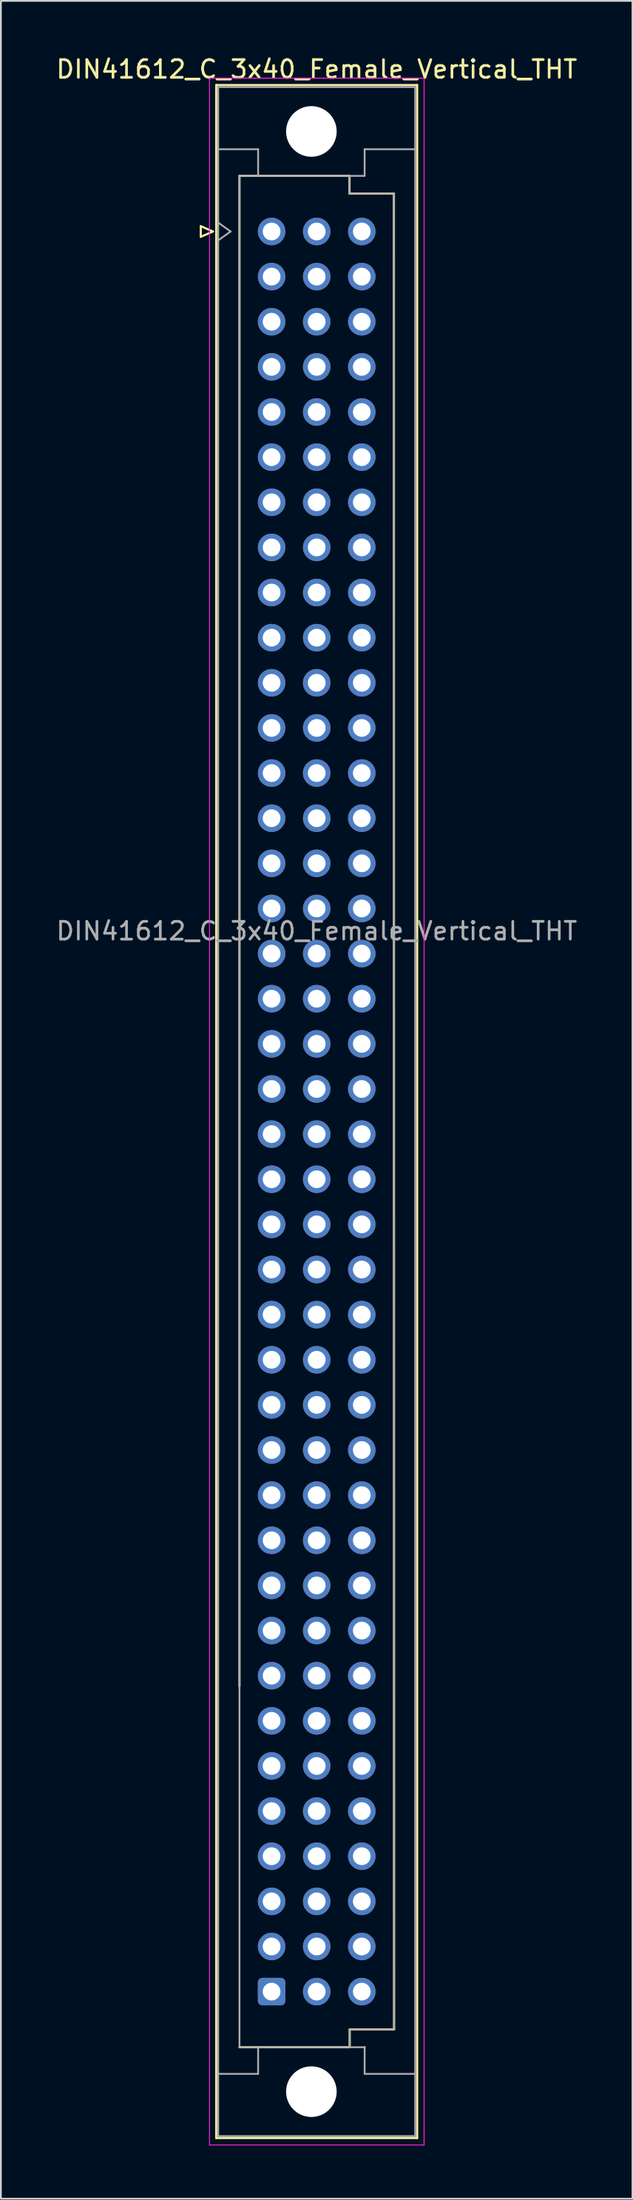
<source format=kicad_pcb>
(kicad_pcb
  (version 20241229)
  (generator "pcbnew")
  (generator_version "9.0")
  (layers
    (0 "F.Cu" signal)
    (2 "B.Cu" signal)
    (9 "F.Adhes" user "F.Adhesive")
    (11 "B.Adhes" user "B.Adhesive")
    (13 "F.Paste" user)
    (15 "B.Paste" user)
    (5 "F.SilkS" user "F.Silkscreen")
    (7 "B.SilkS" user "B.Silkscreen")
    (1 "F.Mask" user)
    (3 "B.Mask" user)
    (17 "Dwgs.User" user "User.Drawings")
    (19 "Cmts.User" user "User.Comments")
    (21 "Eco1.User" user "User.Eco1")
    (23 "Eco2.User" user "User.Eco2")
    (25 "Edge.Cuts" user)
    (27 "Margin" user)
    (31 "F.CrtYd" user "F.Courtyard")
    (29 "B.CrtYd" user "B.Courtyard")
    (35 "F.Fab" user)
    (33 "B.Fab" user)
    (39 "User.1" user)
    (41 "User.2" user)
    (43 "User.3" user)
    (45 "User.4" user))
  (footprint "DIN41612_C_3x40_Female_Vertical_THT"
    (layer "F.Cu")
    (at 12.252 9.978)
    (property "Reference" "DIN41612_C_3x40_Female_Vertical_THT" (at 2.54 -9.13 0) (layer "F.SilkS") (effects (font (size 1 1) (thickness 0.15))))
    (attr through_hole)
    (fp_line (start -3.99 -0.3) (end -3.99 0.3) (stroke (width 0.12) (type solid)) (layer "F.SilkS"))
    (fp_line (start -3.99 0.3) (end -3.31 0) (stroke (width 0.12) (type solid)) (layer "F.SilkS"))
    (fp_line (start -3.31 0) (end -3.99 -0.3) (stroke (width 0.12) (type solid)) (layer "F.SilkS"))
    (fp_line (start -3.12 -8.24) (end 8.2 -8.24) (stroke (width 0.12) (type solid)) (layer "F.SilkS"))
    (fp_line (start -3.12 107.3) (end -3.12 -8.24) (stroke (width 0.12) (type solid)) (layer "F.SilkS"))
    (fp_line (start -1.81 -3.131) (end 4.39 -3.131) (stroke (width 0.12) (type solid)) (layer "F.SilkS"))
    (fp_line (start -1.81 81.87) (end -1.81 -3.131) (stroke (width 0.12) (type solid)) (layer "F.SilkS"))
    (fp_line (start 4.39 -3.131) (end 4.39 -2.131) (stroke (width 0.12) (type solid)) (layer "F.SilkS"))
    (fp_line (start 4.39 -2.131) (end 6.89 -2.131) (stroke (width 0.12) (type solid)) (layer "F.SilkS"))
    (fp_line (start 4.39 102.19) (end -1.81 102.19) (stroke (width 0.12) (type solid)) (layer "F.SilkS"))
    (fp_line (start 4.4 101.19) (end 4.4 102.19) (stroke (width 0.12) (type solid)) (layer "F.SilkS"))
    (fp_line (start 6.89 -2.131) (end 6.9 101.19) (stroke (width 0.12) (type solid)) (layer "F.SilkS"))
    (fp_line (start 6.9 101.19) (end 4.4 101.19) (stroke (width 0.12) (type solid)) (layer "F.SilkS"))
    (fp_line (start 8.2 -8.24) (end 8.2 107.3) (stroke (width 0.12) (type solid)) (layer "F.SilkS"))
    (fp_line (start 8.2 107.3) (end -3.12 107.3) (stroke (width 0.12) (type solid)) (layer "F.SilkS"))
    (fp_line (start -3.5 -8.63) (end 8.59 -8.63) (stroke (width 0.05) (type solid)) (layer "F.CrtYd"))
    (fp_line (start -3.5 107.69) (end -3.5 -8.63) (stroke (width 0.05) (type solid)) (layer "F.CrtYd"))
    (fp_line (start 8.59 -8.63) (end 8.59 107.69) (stroke (width 0.05) (type solid)) (layer "F.CrtYd"))
    (fp_line (start 8.59 107.69) (end -3.5 107.69) (stroke (width 0.05) (type solid)) (layer "F.CrtYd"))
    (fp_line (start -3.01 -8.13) (end 8.09 -8.13) (stroke (width 0.1) (type solid)) (layer "F.Fab"))
    (fp_line (start -3.01 -4.63) (end -0.76 -4.63) (stroke (width 0.1) (type solid)) (layer "F.Fab"))
    (fp_line (start -3.01 -0.5) (end -2.31 0) (stroke (width 0.1) (type solid)) (layer "F.Fab"))
    (fp_line (start -3.01 103.69) (end -0.76 103.69) (stroke (width 0.1) (type solid)) (layer "F.Fab"))
    (fp_line (start -3.01 107.19) (end -3.01 -8.13) (stroke (width 0.1) (type solid)) (layer "F.Fab"))
    (fp_line (start -2.31 0) (end -3.01 0.5) (stroke (width 0.1) (type solid)) (layer "F.Fab"))
    (fp_line (start -1.81 -3.13) (end 4.39 -3.13) (stroke (width 0.1) (type solid)) (layer "F.Fab"))
    (fp_line (start -1.81 102.19) (end -1.81 -3.13) (stroke (width 0.1) (type solid)) (layer "F.Fab"))
    (fp_line (start -0.76 -4.63) (end -0.76 -3.13) (stroke (width 0.1) (type solid)) (layer "F.Fab"))
    (fp_line (start -0.76 103.69) (end -0.76 102.19) (stroke (width 0.1) (type solid)) (layer "F.Fab"))
    (fp_line (start 4.39 -3.13) (end 4.39 -2.13) (stroke (width 0.1) (type solid)) (layer "F.Fab"))
    (fp_line (start 4.39 -3.13) (end 5.24 -3.13) (stroke (width 0.1) (type solid)) (layer "F.Fab"))
    (fp_line (start 4.39 -2.13) (end 6.89 -2.13) (stroke (width 0.1) (type solid)) (layer "F.Fab"))
    (fp_line (start 4.39 102.19) (end -1.81 102.19) (stroke (width 0.1) (type solid)) (layer "F.Fab"))
    (fp_line (start 4.4 101.19) (end 4.4 102.19) (stroke (width 0.1) (type solid)) (layer "F.Fab"))
    (fp_line (start 4.4 102.19) (end 5.25 102.19) (stroke (width 0.1) (type solid)) (layer "F.Fab"))
    (fp_line (start 5.24 -4.63) (end 8.09 -4.63) (stroke (width 0.1) (type solid)) (layer "F.Fab"))
    (fp_line (start 5.24 -3.13) (end 5.24 -4.63) (stroke (width 0.1) (type solid)) (layer "F.Fab"))
    (fp_line (start 5.24 102.18) (end 5.24 103.68) (stroke (width 0.1) (type solid)) (layer "F.Fab"))
    (fp_line (start 5.24 103.69) (end 8.09 103.69) (stroke (width 0.1) (type solid)) (layer "F.Fab"))
    (fp_line (start 6.89 -2.13) (end 6.9 101.19) (stroke (width 0.1) (type solid)) (layer "F.Fab"))
    (fp_line (start 6.9 101.19) (end 4.4 101.19) (stroke (width 0.1) (type solid)) (layer "F.Fab"))
    (fp_line (start 8.09 -8.13) (end 8.09 107.19) (stroke (width 0.1) (type solid)) (layer "F.Fab"))
    (fp_line (start 8.09 107.19) (end -3.01 107.19) (stroke (width 0.1) (type solid)) (layer "F.Fab"))
    (fp_text user "${REFERENCE}" (at 2.54 39.37 0) (layer "F.Fab") (effects (font (size 1 1) (thickness 0.15))))
    (pad "" np_thru_hole circle (at 2.24 -5.63) (size 2.85 2.85) (drill 2.85) (layers "*.Cu" "*.Mask"))
    (pad "" np_thru_hole circle (at 2.24 104.69) (size 2.85 2.85) (drill 2.85) (layers "*.Cu" "*.Mask"))
    (pad "a1" thru_hole roundrect (at 0 99.06) (size 1.55 1.55) (drill 1) (layers "*.Cu" "*.Mask") (roundrect_rratio 0.161))
    (pad "a2" thru_hole circle (at 0 96.52) (size 1.55 1.55) (drill 1) (layers "*.Cu" "*.Mask"))
    (pad "a3" thru_hole circle (at 0 93.98) (size 1.55 1.55) (drill 1) (layers "*.Cu" "*.Mask"))
    (pad "a4" thru_hole circle (at 0 91.44) (size 1.55 1.55) (drill 1) (layers "*.Cu" "*.Mask"))
    (pad "a5" thru_hole circle (at 0 88.9) (size 1.55 1.55) (drill 1) (layers "*.Cu" "*.Mask"))
    (pad "a6" thru_hole circle (at 0 86.36) (size 1.55 1.55) (drill 1) (layers "*.Cu" "*.Mask"))
    (pad "a7" thru_hole circle (at 0 83.82) (size 1.55 1.55) (drill 1) (layers "*.Cu" "*.Mask"))
    (pad "a8" thru_hole circle (at 0 81.28) (size 1.55 1.55) (drill 1) (layers "*.Cu" "*.Mask"))
    (pad "a9" thru_hole circle (at 0 78.74) (size 1.55 1.55) (drill 1) (layers "*.Cu" "*.Mask"))
    (pad "a10" thru_hole circle (at 0 76.2) (size 1.55 1.55) (drill 1) (layers "*.Cu" "*.Mask"))
    (pad "a11" thru_hole circle (at 0 73.66) (size 1.55 1.55) (drill 1) (layers "*.Cu" "*.Mask"))
    (pad "a12" thru_hole circle (at 0 71.12) (size 1.55 1.55) (drill 1) (layers "*.Cu" "*.Mask"))
    (pad "a13" thru_hole circle (at 0 68.58) (size 1.55 1.55) (drill 1) (layers "*.Cu" "*.Mask"))
    (pad "a14" thru_hole circle (at 0 66.04) (size 1.55 1.55) (drill 1) (layers "*.Cu" "*.Mask"))
    (pad "a15" thru_hole circle (at 0 63.5) (size 1.55 1.55) (drill 1) (layers "*.Cu" "*.Mask"))
    (pad "a16" thru_hole circle (at 0 60.96) (size 1.55 1.55) (drill 1) (layers "*.Cu" "*.Mask"))
    (pad "a17" thru_hole circle (at 0 58.42) (size 1.55 1.55) (drill 1) (layers "*.Cu" "*.Mask"))
    (pad "a18" thru_hole circle (at 0 55.88) (size 1.55 1.55) (drill 1) (layers "*.Cu" "*.Mask"))
    (pad "a19" thru_hole circle (at 0 53.34) (size 1.55 1.55) (drill 1) (layers "*.Cu" "*.Mask"))
    (pad "a20" thru_hole circle (at 0 50.8) (size 1.55 1.55) (drill 1) (layers "*.Cu" "*.Mask"))
    (pad "a21" thru_hole circle (at 0 48.26) (size 1.55 1.55) (drill 1) (layers "*.Cu" "*.Mask"))
    (pad "a22" thru_hole circle (at 0 45.72) (size 1.55 1.55) (drill 1) (layers "*.Cu" "*.Mask"))
    (pad "a23" thru_hole circle (at 0 43.18) (size 1.55 1.55) (drill 1) (layers "*.Cu" "*.Mask"))
    (pad "a24" thru_hole circle (at 0 40.64) (size 1.55 1.55) (drill 1) (layers "*.Cu" "*.Mask"))
    (pad "a25" thru_hole circle (at 0 38.1) (size 1.55 1.55) (drill 1) (layers "*.Cu" "*.Mask"))
    (pad "a26" thru_hole circle (at 0 35.56) (size 1.55 1.55) (drill 1) (layers "*.Cu" "*.Mask"))
    (pad "a27" thru_hole circle (at 0 33.02) (size 1.55 1.55) (drill 1) (layers "*.Cu" "*.Mask"))
    (pad "a28" thru_hole circle (at 0 30.48) (size 1.55 1.55) (drill 1) (layers "*.Cu" "*.Mask"))
    (pad "a29" thru_hole circle (at 0 27.94) (size 1.55 1.55) (drill 1) (layers "*.Cu" "*.Mask"))
    (pad "a30" thru_hole circle (at 0 25.4) (size 1.55 1.55) (drill 1) (layers "*.Cu" "*.Mask"))
    (pad "a31" thru_hole circle (at 0 22.86) (size 1.55 1.55) (drill 1) (layers "*.Cu" "*.Mask"))
    (pad "a32" thru_hole circle (at 0 20.32) (size 1.55 1.55) (drill 1) (layers "*.Cu" "*.Mask"))
    (pad "a33" thru_hole circle (at 0 17.78) (size 1.55 1.55) (drill 1) (layers "*.Cu" "*.Mask"))
    (pad "a34" thru_hole circle (at 0 15.24) (size 1.55 1.55) (drill 1) (layers "*.Cu" "*.Mask"))
    (pad "a35" thru_hole circle (at 0 12.7) (size 1.55 1.55) (drill 1) (layers "*.Cu" "*.Mask"))
    (pad "a36" thru_hole circle (at 0 10.16) (size 1.55 1.55) (drill 1) (layers "*.Cu" "*.Mask"))
    (pad "a37" thru_hole circle (at 0 7.62) (size 1.55 1.55) (drill 1) (layers "*.Cu" "*.Mask"))
    (pad "a38" thru_hole circle (at 0 5.08) (size 1.55 1.55) (drill 1) (layers "*.Cu" "*.Mask"))
    (pad "a39" thru_hole circle (at 0 2.54) (size 1.55 1.55) (drill 1) (layers "*.Cu" "*.Mask"))
    (pad "a40" thru_hole circle (at 0 0) (size 1.55 1.55) (drill 1) (layers "*.Cu" "*.Mask"))
    (pad "b1" thru_hole circle (at 2.54 99.06) (size 1.55 1.55) (drill 1) (layers "*.Cu" "*.Mask"))
    (pad "b2" thru_hole circle (at 2.54 96.52) (size 1.55 1.55) (drill 1) (layers "*.Cu" "*.Mask"))
    (pad "b3" thru_hole circle (at 2.54 93.98) (size 1.55 1.55) (drill 1) (layers "*.Cu" "*.Mask"))
    (pad "b4" thru_hole circle (at 2.54 91.44) (size 1.55 1.55) (drill 1) (layers "*.Cu" "*.Mask"))
    (pad "b5" thru_hole circle (at 2.54 88.9) (size 1.55 1.55) (drill 1) (layers "*.Cu" "*.Mask"))
    (pad "b6" thru_hole circle (at 2.54 86.36) (size 1.55 1.55) (drill 1) (layers "*.Cu" "*.Mask"))
    (pad "b7" thru_hole circle (at 2.54 83.82) (size 1.55 1.55) (drill 1) (layers "*.Cu" "*.Mask"))
    (pad "b8" thru_hole circle (at 2.54 81.28) (size 1.55 1.55) (drill 1) (layers "*.Cu" "*.Mask"))
    (pad "b9" thru_hole circle (at 2.54 78.74) (size 1.55 1.55) (drill 1) (layers "*.Cu" "*.Mask"))
    (pad "b10" thru_hole circle (at 2.54 76.2) (size 1.55 1.55) (drill 1) (layers "*.Cu" "*.Mask"))
    (pad "b11" thru_hole circle (at 2.54 73.66) (size 1.55 1.55) (drill 1) (layers "*.Cu" "*.Mask"))
    (pad "b12" thru_hole circle (at 2.54 71.12) (size 1.55 1.55) (drill 1) (layers "*.Cu" "*.Mask"))
    (pad "b13" thru_hole circle (at 2.54 68.58) (size 1.55 1.55) (drill 1) (layers "*.Cu" "*.Mask"))
    (pad "b14" thru_hole circle (at 2.54 66.04) (size 1.55 1.55) (drill 1) (layers "*.Cu" "*.Mask"))
    (pad "b15" thru_hole circle (at 2.54 63.5) (size 1.55 1.55) (drill 1) (layers "*.Cu" "*.Mask"))
    (pad "b16" thru_hole circle (at 2.54 60.96) (size 1.55 1.55) (drill 1) (layers "*.Cu" "*.Mask"))
    (pad "b17" thru_hole circle (at 2.54 58.42) (size 1.55 1.55) (drill 1) (layers "*.Cu" "*.Mask"))
    (pad "b18" thru_hole circle (at 2.54 55.88) (size 1.55 1.55) (drill 1) (layers "*.Cu" "*.Mask"))
    (pad "b19" thru_hole circle (at 2.54 53.34) (size 1.55 1.55) (drill 1) (layers "*.Cu" "*.Mask"))
    (pad "b20" thru_hole circle (at 2.54 50.8) (size 1.55 1.55) (drill 1) (layers "*.Cu" "*.Mask"))
    (pad "b21" thru_hole circle (at 2.54 48.26) (size 1.55 1.55) (drill 1) (layers "*.Cu" "*.Mask"))
    (pad "b22" thru_hole circle (at 2.54 45.72) (size 1.55 1.55) (drill 1) (layers "*.Cu" "*.Mask"))
    (pad "b23" thru_hole circle (at 2.54 43.18) (size 1.55 1.55) (drill 1) (layers "*.Cu" "*.Mask"))
    (pad "b24" thru_hole circle (at 2.54 40.64) (size 1.55 1.55) (drill 1) (layers "*.Cu" "*.Mask"))
    (pad "b25" thru_hole circle (at 2.54 38.1) (size 1.55 1.55) (drill 1) (layers "*.Cu" "*.Mask"))
    (pad "b26" thru_hole circle (at 2.54 35.56) (size 1.55 1.55) (drill 1) (layers "*.Cu" "*.Mask"))
    (pad "b27" thru_hole circle (at 2.54 33.02) (size 1.55 1.55) (drill 1) (layers "*.Cu" "*.Mask"))
    (pad "b28" thru_hole circle (at 2.54 30.48) (size 1.55 1.55) (drill 1) (layers "*.Cu" "*.Mask"))
    (pad "b29" thru_hole circle (at 2.54 27.94) (size 1.55 1.55) (drill 1) (layers "*.Cu" "*.Mask"))
    (pad "b30" thru_hole circle (at 2.54 25.4) (size 1.55 1.55) (drill 1) (layers "*.Cu" "*.Mask"))
    (pad "b31" thru_hole circle (at 2.54 22.86) (size 1.55 1.55) (drill 1) (layers "*.Cu" "*.Mask"))
    (pad "b32" thru_hole circle (at 2.54 20.32) (size 1.55 1.55) (drill 1) (layers "*.Cu" "*.Mask"))
    (pad "b33" thru_hole circle (at 2.54 17.78) (size 1.55 1.55) (drill 1) (layers "*.Cu" "*.Mask"))
    (pad "b34" thru_hole circle (at 2.54 15.24) (size 1.55 1.55) (drill 1) (layers "*.Cu" "*.Mask"))
    (pad "b35" thru_hole circle (at 2.54 12.7) (size 1.55 1.55) (drill 1) (layers "*.Cu" "*.Mask"))
    (pad "b36" thru_hole circle (at 2.54 10.16) (size 1.55 1.55) (drill 1) (layers "*.Cu" "*.Mask"))
    (pad "b37" thru_hole circle (at 2.54 7.62) (size 1.55 1.55) (drill 1) (layers "*.Cu" "*.Mask"))
    (pad "b38" thru_hole circle (at 2.54 5.08) (size 1.55 1.55) (drill 1) (layers "*.Cu" "*.Mask"))
    (pad "b39" thru_hole circle (at 2.54 2.54) (size 1.55 1.55) (drill 1) (layers "*.Cu" "*.Mask"))
    (pad "b40" thru_hole circle (at 2.54 0) (size 1.55 1.55) (drill 1) (layers "*.Cu" "*.Mask"))
    (pad "c1" thru_hole circle (at 5.08 99.06) (size 1.55 1.55) (drill 1) (layers "*.Cu" "*.Mask"))
    (pad "c2" thru_hole circle (at 5.08 96.52) (size 1.55 1.55) (drill 1) (layers "*.Cu" "*.Mask"))
    (pad "c3" thru_hole circle (at 5.08 93.98) (size 1.55 1.55) (drill 1) (layers "*.Cu" "*.Mask"))
    (pad "c4" thru_hole circle (at 5.08 91.44) (size 1.55 1.55) (drill 1) (layers "*.Cu" "*.Mask"))
    (pad "c5" thru_hole circle (at 5.08 88.9) (size 1.55 1.55) (drill 1) (layers "*.Cu" "*.Mask"))
    (pad "c6" thru_hole circle (at 5.08 86.36) (size 1.55 1.55) (drill 1) (layers "*.Cu" "*.Mask"))
    (pad "c7" thru_hole circle (at 5.08 83.82) (size 1.55 1.55) (drill 1) (layers "*.Cu" "*.Mask"))
    (pad "c8" thru_hole circle (at 5.08 81.28) (size 1.55 1.55) (drill 1) (layers "*.Cu" "*.Mask"))
    (pad "c9" thru_hole circle (at 5.08 78.74) (size 1.55 1.55) (drill 1) (layers "*.Cu" "*.Mask"))
    (pad "c10" thru_hole circle (at 5.08 76.2) (size 1.55 1.55) (drill 1) (layers "*.Cu" "*.Mask"))
    (pad "c11" thru_hole circle (at 5.08 73.66) (size 1.55 1.55) (drill 1) (layers "*.Cu" "*.Mask"))
    (pad "c12" thru_hole circle (at 5.08 71.12) (size 1.55 1.55) (drill 1) (layers "*.Cu" "*.Mask"))
    (pad "c13" thru_hole circle (at 5.08 68.58) (size 1.55 1.55) (drill 1) (layers "*.Cu" "*.Mask"))
    (pad "c14" thru_hole circle (at 5.08 66.04) (size 1.55 1.55) (drill 1) (layers "*.Cu" "*.Mask"))
    (pad "c15" thru_hole circle (at 5.08 63.5) (size 1.55 1.55) (drill 1) (layers "*.Cu" "*.Mask"))
    (pad "c16" thru_hole circle (at 5.08 60.96) (size 1.55 1.55) (drill 1) (layers "*.Cu" "*.Mask"))
    (pad "c17" thru_hole circle (at 5.08 58.42) (size 1.55 1.55) (drill 1) (layers "*.Cu" "*.Mask"))
    (pad "c18" thru_hole circle (at 5.08 55.88) (size 1.55 1.55) (drill 1) (layers "*.Cu" "*.Mask"))
    (pad "c19" thru_hole circle (at 5.08 53.34) (size 1.55 1.55) (drill 1) (layers "*.Cu" "*.Mask"))
    (pad "c20" thru_hole circle (at 5.08 50.8) (size 1.55 1.55) (drill 1) (layers "*.Cu" "*.Mask"))
    (pad "c21" thru_hole circle (at 5.08 48.26) (size 1.55 1.55) (drill 1) (layers "*.Cu" "*.Mask"))
    (pad "c22" thru_hole circle (at 5.08 45.72) (size 1.55 1.55) (drill 1) (layers "*.Cu" "*.Mask"))
    (pad "c23" thru_hole circle (at 5.08 43.18) (size 1.55 1.55) (drill 1) (layers "*.Cu" "*.Mask"))
    (pad "c24" thru_hole circle (at 5.08 40.64) (size 1.55 1.55) (drill 1) (layers "*.Cu" "*.Mask"))
    (pad "c25" thru_hole circle (at 5.08 38.1) (size 1.55 1.55) (drill 1) (layers "*.Cu" "*.Mask"))
    (pad "c26" thru_hole circle (at 5.08 35.56) (size 1.55 1.55) (drill 1) (layers "*.Cu" "*.Mask"))
    (pad "c27" thru_hole circle (at 5.08 33.02) (size 1.55 1.55) (drill 1) (layers "*.Cu" "*.Mask"))
    (pad "c28" thru_hole circle (at 5.08 30.48) (size 1.55 1.55) (drill 1) (layers "*.Cu" "*.Mask"))
    (pad "c29" thru_hole circle (at 5.08 27.94) (size 1.55 1.55) (drill 1) (layers "*.Cu" "*.Mask"))
    (pad "c30" thru_hole circle (at 5.08 25.4) (size 1.55 1.55) (drill 1) (layers "*.Cu" "*.Mask"))
    (pad "c31" thru_hole circle (at 5.08 22.86) (size 1.55 1.55) (drill 1) (layers "*.Cu" "*.Mask"))
    (pad "c32" thru_hole circle (at 5.08 20.32) (size 1.55 1.55) (drill 1) (layers "*.Cu" "*.Mask"))
    (pad "c33" thru_hole circle (at 5.08 17.78) (size 1.55 1.55) (drill 1) (layers "*.Cu" "*.Mask"))
    (pad "c34" thru_hole circle (at 5.08 15.24) (size 1.55 1.55) (drill 1) (layers "*.Cu" "*.Mask"))
    (pad "c35" thru_hole circle (at 5.08 12.7) (size 1.55 1.55) (drill 1) (layers "*.Cu" "*.Mask"))
    (pad "c36" thru_hole circle (at 5.08 10.16) (size 1.55 1.55) (drill 1) (layers "*.Cu" "*.Mask"))
    (pad "c37" thru_hole circle (at 5.08 7.62) (size 1.55 1.55) (drill 1) (layers "*.Cu" "*.Mask"))
    (pad "c38" thru_hole circle (at 5.08 5.08) (size 1.55 1.55) (drill 1) (layers "*.Cu" "*.Mask"))
    (pad "c39" thru_hole circle (at 5.08 2.54) (size 1.55 1.55) (drill 1) (layers "*.Cu" "*.Mask"))
    (pad "c40" thru_hole circle (at 5.08 0) (size 1.55 1.55) (drill 1) (layers "*.Cu" "*.Mask")))
  (gr_rect
    (start -3 -3)
    (end 32.583 120.693)
    (stroke (width 0.1) (type default))
    (fill no)
    (layer "Edge.Cuts")))
</source>
